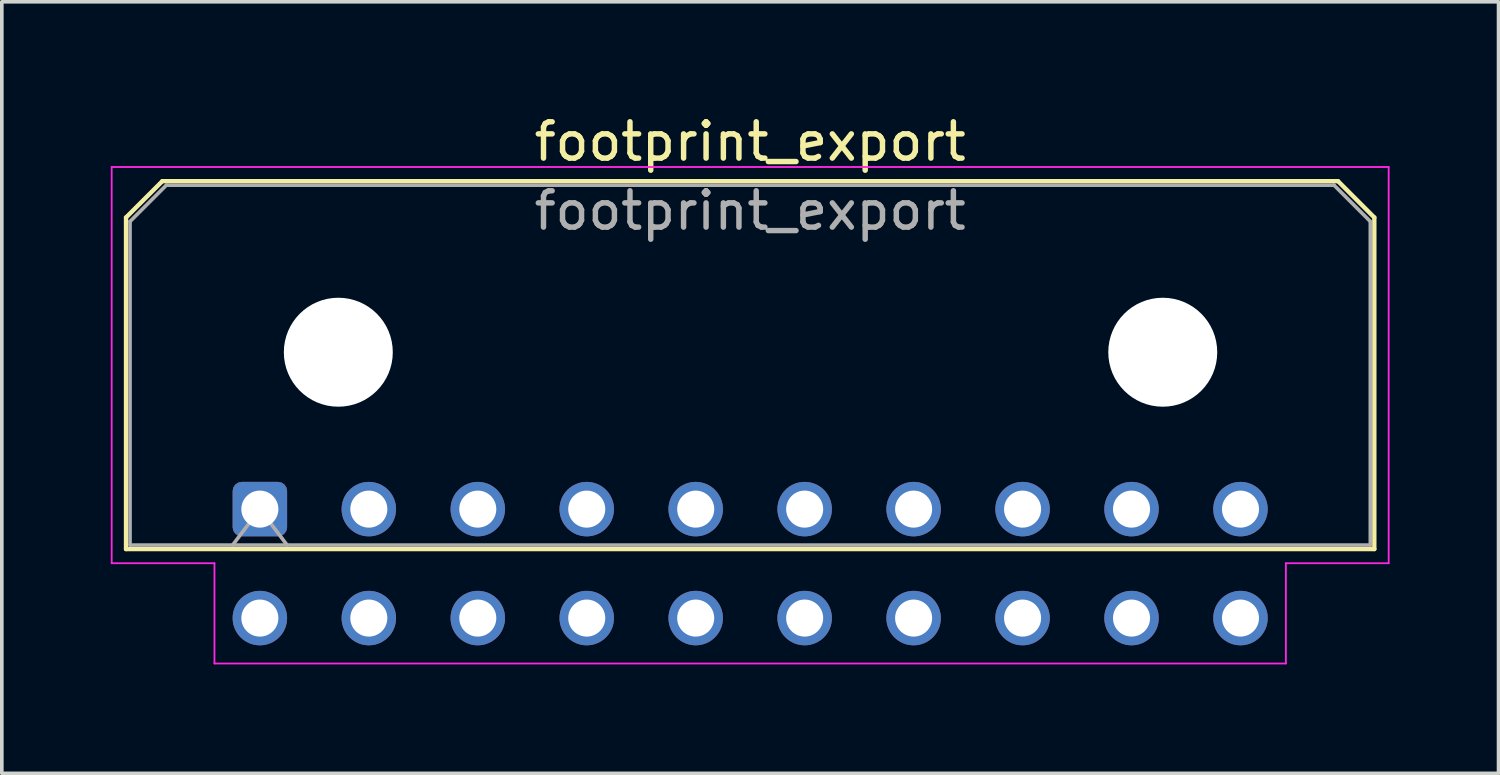
<source format=kicad_pcb>
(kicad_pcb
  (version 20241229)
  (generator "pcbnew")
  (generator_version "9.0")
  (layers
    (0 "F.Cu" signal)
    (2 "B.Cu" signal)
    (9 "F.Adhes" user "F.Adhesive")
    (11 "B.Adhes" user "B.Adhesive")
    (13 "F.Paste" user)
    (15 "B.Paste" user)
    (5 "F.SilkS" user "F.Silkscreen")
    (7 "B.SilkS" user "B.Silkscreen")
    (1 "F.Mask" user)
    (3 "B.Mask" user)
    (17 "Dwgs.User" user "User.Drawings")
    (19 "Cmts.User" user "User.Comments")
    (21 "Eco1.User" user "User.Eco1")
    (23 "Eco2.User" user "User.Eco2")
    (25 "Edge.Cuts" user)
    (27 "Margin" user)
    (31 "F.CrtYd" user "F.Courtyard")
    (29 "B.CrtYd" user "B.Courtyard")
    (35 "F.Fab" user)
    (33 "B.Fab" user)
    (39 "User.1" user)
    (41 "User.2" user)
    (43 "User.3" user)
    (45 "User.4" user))
  (footprint "footprint_export"
    (layer "F.Cu")
    (at 4.105 10.968)
    (property "Reference" "footprint_export" (at 13.5 -10.12 0) (layer "F.SilkS") (effects (font (size 1 1) (thickness 0.15))))
    (attr through_hole)
    (fp_line (start -3.685 -8.03) (end -2.685 -9.03) (stroke (width 0.12) (type solid)) (layer "F.SilkS"))
    (fp_line (start -3.685 1.1) (end -3.685 -8.03) (stroke (width 0.12) (type solid)) (layer "F.SilkS"))
    (fp_line (start -2.685 -9.03) (end 29.685 -9.03) (stroke (width 0.12) (type solid)) (layer "F.SilkS"))
    (fp_line (start 29.685 -9.03) (end 30.685 -8.03) (stroke (width 0.12) (type solid)) (layer "F.SilkS"))
    (fp_line (start 30.685 -8.03) (end 30.685 1.1) (stroke (width 0.12) (type solid)) (layer "F.SilkS"))
    (fp_line (start 30.685 1.1) (end -3.685 1.1) (stroke (width 0.12) (type solid)) (layer "F.SilkS"))
    (fp_line (start -4.08 -9.42) (end 31.08 -9.42) (stroke (width 0.05) (type solid)) (layer "F.CrtYd"))
    (fp_line (start -4.08 1.49) (end -4.08 -9.42) (stroke (width 0.05) (type solid)) (layer "F.CrtYd"))
    (fp_line (start -1.25 1.49) (end -4.08 1.49) (stroke (width 0.05) (type solid)) (layer "F.CrtYd"))
    (fp_line (start -1.25 4.25) (end -1.25 1.49) (stroke (width 0.05) (type solid)) (layer "F.CrtYd"))
    (fp_line (start 28.25 1.49) (end 28.25 4.25) (stroke (width 0.05) (type solid)) (layer "F.CrtYd"))
    (fp_line (start 28.25 4.25) (end -1.25 4.25) (stroke (width 0.05) (type solid)) (layer "F.CrtYd"))
    (fp_line (start 31.08 -9.42) (end 31.08 1.49) (stroke (width 0.05) (type solid)) (layer "F.CrtYd"))
    (fp_line (start 31.08 1.49) (end 28.25 1.49) (stroke (width 0.05) (type solid)) (layer "F.CrtYd"))
    (fp_line (start -3.575 -7.92) (end -2.575 -8.92) (stroke (width 0.1) (type solid)) (layer "F.Fab"))
    (fp_line (start -3.575 0.99) (end -3.575 -7.92) (stroke (width 0.1) (type solid)) (layer "F.Fab"))
    (fp_line (start -2.575 -8.92) (end 29.575 -8.92) (stroke (width 0.1) (type solid)) (layer "F.Fab"))
    (fp_line (start -0.75 0.99) (end 0 0) (stroke (width 0.1) (type solid)) (layer "F.Fab"))
    (fp_line (start 0 0) (end 0.75 0.99) (stroke (width 0.1) (type solid)) (layer "F.Fab"))
    (fp_line (start 29.575 -8.92) (end 30.575 -7.92) (stroke (width 0.1) (type solid)) (layer "F.Fab"))
    (fp_line (start 30.575 -7.92) (end 30.575 0.99) (stroke (width 0.1) (type solid)) (layer "F.Fab"))
    (fp_line (start 30.575 0.99) (end -3.575 0.99) (stroke (width 0.1) (type solid)) (layer "F.Fab"))
    (fp_text user "${REFERENCE}" (at 13.5 -8.22 0) (layer "F.Fab") (effects (font (size 1 1) (thickness 0.15))))
    (pad "" np_thru_hole circle (at 2.16 -4.32) (size 3 3) (drill 3) (layers "*.Cu" "*.Mask"))
    (pad "" np_thru_hole circle (at 24.86 -4.32) (size 3 3) (drill 3) (layers "*.Cu" "*.Mask"))
    (pad "1" thru_hole roundrect (at 0 0) (size 1.5 1.5) (drill 1.02) (layers "*.Cu" "*.Mask") (roundrect_rratio 0.167))
    (pad "2" thru_hole circle (at 3 0) (size 1.5 1.5) (drill 1.02) (layers "*.Cu" "*.Mask"))
    (pad "3" thru_hole circle (at 6 0) (size 1.5 1.5) (drill 1.02) (layers "*.Cu" "*.Mask"))
    (pad "4" thru_hole circle (at 9 0) (size 1.5 1.5) (drill 1.02) (layers "*.Cu" "*.Mask"))
    (pad "5" thru_hole circle (at 12 0) (size 1.5 1.5) (drill 1.02) (layers "*.Cu" "*.Mask"))
    (pad "6" thru_hole circle (at 15 0) (size 1.5 1.5) (drill 1.02) (layers "*.Cu" "*.Mask"))
    (pad "7" thru_hole circle (at 18 0) (size 1.5 1.5) (drill 1.02) (layers "*.Cu" "*.Mask"))
    (pad "8" thru_hole circle (at 21 0) (size 1.5 1.5) (drill 1.02) (layers "*.Cu" "*.Mask"))
    (pad "9" thru_hole circle (at 24 0) (size 1.5 1.5) (drill 1.02) (layers "*.Cu" "*.Mask"))
    (pad "10" thru_hole circle (at 27 0) (size 1.5 1.5) (drill 1.02) (layers "*.Cu" "*.Mask"))
    (pad "11" thru_hole circle (at 0 3) (size 1.5 1.5) (drill 1.02) (layers "*.Cu" "*.Mask"))
    (pad "12" thru_hole circle (at 3 3) (size 1.5 1.5) (drill 1.02) (layers "*.Cu" "*.Mask"))
    (pad "13" thru_hole circle (at 6 3) (size 1.5 1.5) (drill 1.02) (layers "*.Cu" "*.Mask"))
    (pad "14" thru_hole circle (at 9 3) (size 1.5 1.5) (drill 1.02) (layers "*.Cu" "*.Mask"))
    (pad "15" thru_hole circle (at 12 3) (size 1.5 1.5) (drill 1.02) (layers "*.Cu" "*.Mask"))
    (pad "16" thru_hole circle (at 15 3) (size 1.5 1.5) (drill 1.02) (layers "*.Cu" "*.Mask"))
    (pad "17" thru_hole circle (at 18 3) (size 1.5 1.5) (drill 1.02) (layers "*.Cu" "*.Mask"))
    (pad "18" thru_hole circle (at 21 3) (size 1.5 1.5) (drill 1.02) (layers "*.Cu" "*.Mask"))
    (pad "19" thru_hole circle (at 24 3) (size 1.5 1.5) (drill 1.02) (layers "*.Cu" "*.Mask"))
    (pad "20" thru_hole circle (at 27 3) (size 1.5 1.5) (drill 1.02) (layers "*.Cu" "*.Mask")))
  (gr_rect
    (start -3 -3)
    (end 38.21 18.243)
    (stroke (width 0.1) (type default))
    (fill no)
    (layer "Edge.Cuts")))
</source>
